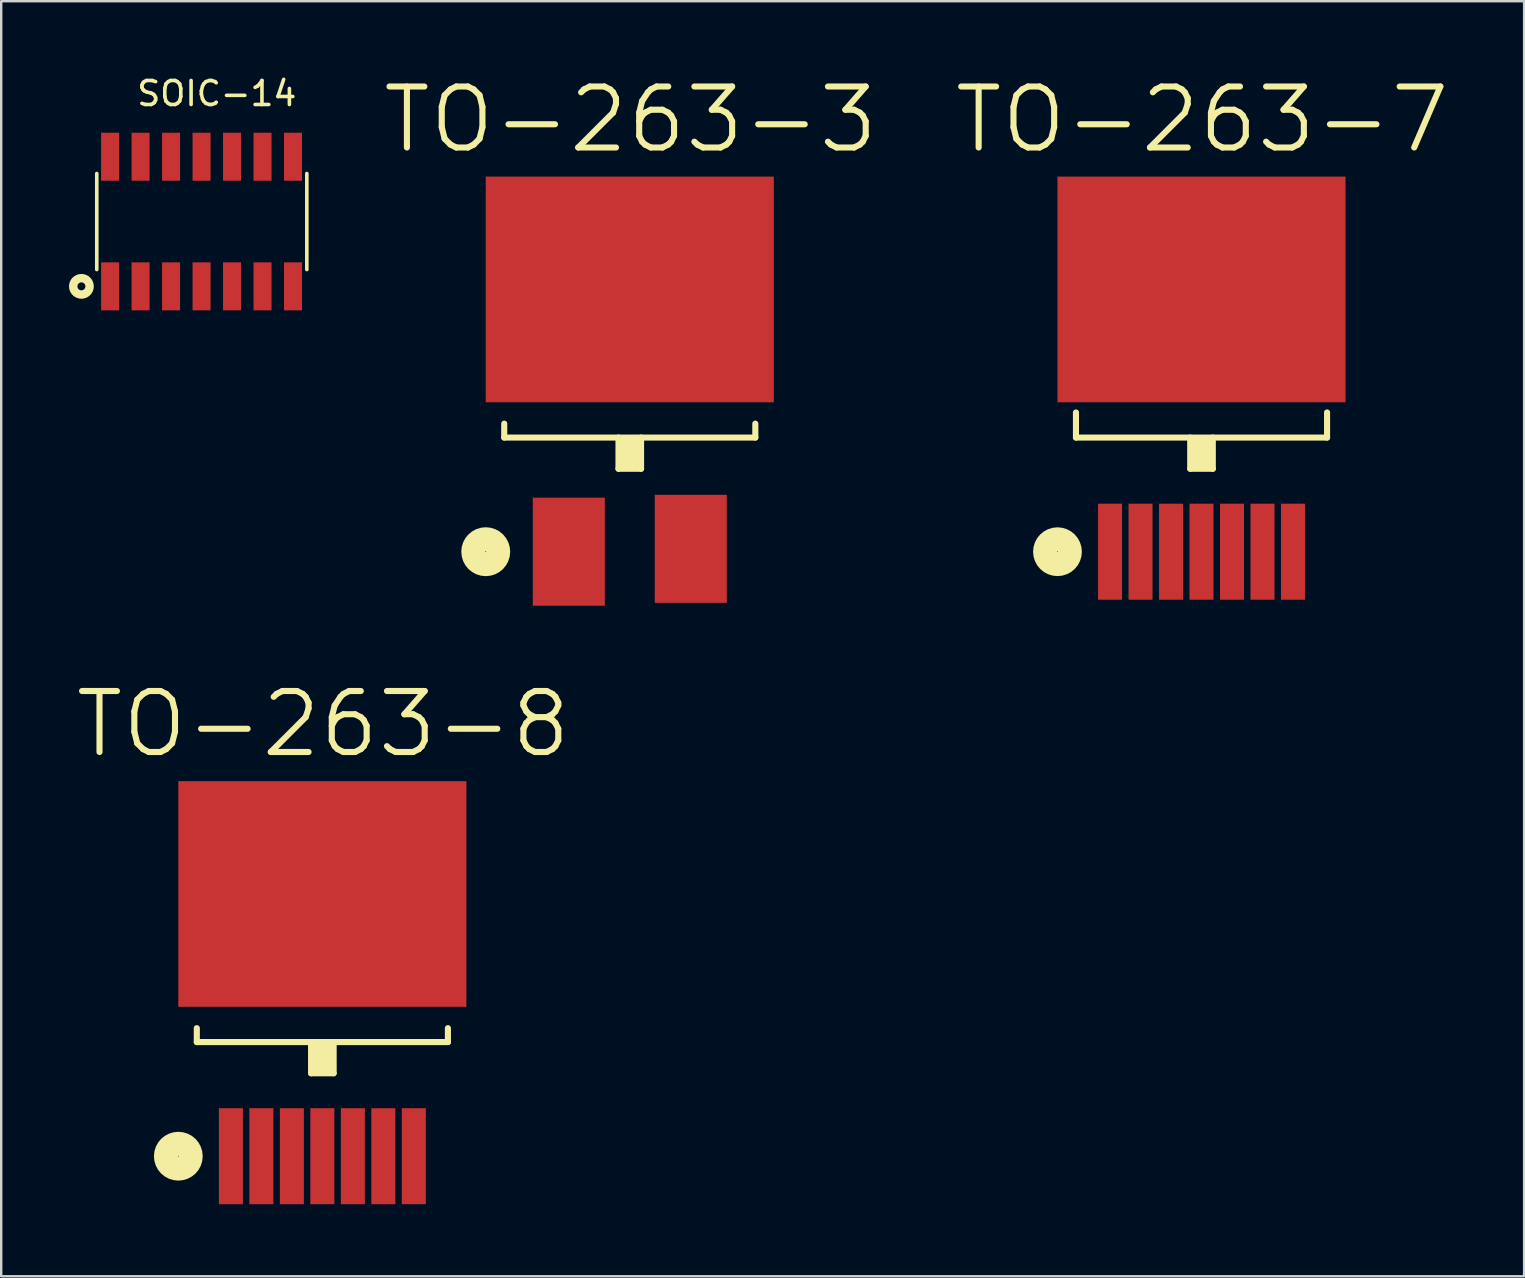
<source format=kicad_pcb>
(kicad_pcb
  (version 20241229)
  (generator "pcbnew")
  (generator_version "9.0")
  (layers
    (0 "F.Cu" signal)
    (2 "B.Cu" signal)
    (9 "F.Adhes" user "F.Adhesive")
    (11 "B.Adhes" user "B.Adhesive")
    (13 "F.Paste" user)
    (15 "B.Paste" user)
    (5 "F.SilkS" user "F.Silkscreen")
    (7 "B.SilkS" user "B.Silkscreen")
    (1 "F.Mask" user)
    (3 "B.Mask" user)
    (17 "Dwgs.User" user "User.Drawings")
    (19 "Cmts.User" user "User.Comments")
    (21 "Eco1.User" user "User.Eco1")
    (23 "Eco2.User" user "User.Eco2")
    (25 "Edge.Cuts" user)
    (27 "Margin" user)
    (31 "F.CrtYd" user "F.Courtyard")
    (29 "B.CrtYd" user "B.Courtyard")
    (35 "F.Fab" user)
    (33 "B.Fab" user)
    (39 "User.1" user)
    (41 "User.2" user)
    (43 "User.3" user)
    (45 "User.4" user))
  (footprint "SOIC-14"
    (layer "F.Cu")
    (at 5.981 6.178)
    (property "Reference" "SOIC-14" (at 0 -5.33 0) (layer "F.SilkS") (effects (font (size 1 1) (thickness 0.15))))
    (attr through_hole)
    (fp_line (start -5 2) (end -5 -2) (stroke (width 0.15) (type solid)) (layer "F.SilkS"))
    (fp_line (start 3.75 2) (end 3.75 -2) (stroke (width 0.15) (type solid)) (layer "F.SilkS"))
    (fp_circle (center -5.64 2.7) (end -5.5 2.79) (stroke (width 0.35) (type solid)) (fill no) (layer "F.SilkS"))
    (pad "1" smd rect (at -4.445 2.7) (size 0.75 2) (layers "F.Cu" "F.Mask" "F.Paste"))
    (pad "2" smd rect (at -3.175 2.7) (size 0.75 2) (layers "F.Cu" "F.Mask" "F.Paste"))
    (pad "3" smd rect (at -1.905 2.7) (size 0.75 2) (layers "F.Cu" "F.Mask" "F.Paste"))
    (pad "4" smd rect (at -0.635 2.7) (size 0.75 2) (layers "F.Cu" "F.Mask" "F.Paste"))
    (pad "5" smd rect (at 0.635 2.7) (size 0.75 2) (layers "F.Cu" "F.Mask" "F.Paste"))
    (pad "6" smd rect (at 1.905 2.7) (size 0.75 2) (layers "F.Cu" "F.Mask" "F.Paste"))
    (pad "7" smd rect (at 3.175 2.7) (size 0.75 2) (layers "F.Cu" "F.Mask" "F.Paste"))
    (pad "8" smd rect (at 3.175 -2.7) (size 0.75 2) (layers "F.Cu" "F.Mask" "F.Paste"))
    (pad "9" smd rect (at 1.905 -2.7) (size 0.75 2) (layers "F.Cu" "F.Mask" "F.Paste"))
    (pad "10" smd rect (at 0.635 -2.7) (size 0.75 2) (layers "F.Cu" "F.Mask" "F.Paste"))
    (pad "11" smd rect (at -0.635 -2.7) (size 0.75 2) (layers "F.Cu" "F.Mask" "F.Paste"))
    (pad "12" smd rect (at -1.905 -2.7) (size 0.75 2) (layers "F.Cu" "F.Mask" "F.Paste"))
    (pad "13" smd rect (at -3.175 -2.7) (size 0.75 2) (layers "F.Cu" "F.Mask" "F.Paste"))
    (pad "14" smd rect (at -4.445 -2.7) (size 0.75 2) (layers "F.Cu" "F.Mask" "F.Paste")))
  (footprint "TO-263-7"
    (layer "F.Cu")
    (at 47 19.932)
    (property "Reference" "TO-263-7" (at 0.03 -18 0) (layer "F.SilkS") (effects (font (size 2.54 2.54) (thickness 0.254))))
    (attr through_hole)
    (fp_line (start -5.23 -4.755) (end -5.23 -5.8) (stroke (width 0.254) (type solid)) (layer "F.SilkS"))
    (fp_line (start -5.23 -4.755) (end 5.23 -4.755) (stroke (width 0.254) (type solid)) (layer "F.SilkS"))
    (fp_line (start -0.47 -4.755) (end -0.47 -3.455) (stroke (width 0.254) (type solid)) (layer "F.SilkS"))
    (fp_line (start -0.47 -3.455) (end 0.47 -3.455) (stroke (width 0.254) (type solid)) (layer "F.SilkS"))
    (fp_line (start -0.37 -4.46) (end 0.3 -4.48) (stroke (width 0.254) (type solid)) (layer "F.SilkS"))
    (fp_line (start -0.37 -3.61) (end 0.37 -3.6) (stroke (width 0.254) (type solid)) (layer "F.SilkS"))
    (fp_line (start -0.35 -4.15) (end 0.37 -4.15) (stroke (width 0.254) (type solid)) (layer "F.SilkS"))
    (fp_line (start -0.34 -3.96) (end 0.36 -3.99) (stroke (width 0.254) (type solid)) (layer "F.SilkS"))
    (fp_line (start -0.33 -4.58) (end 0.33 -4.59) (stroke (width 0.254) (type solid)) (layer "F.SilkS"))
    (fp_line (start -0.33 -4.3) (end 0.36 -4.31) (stroke (width 0.254) (type solid)) (layer "F.SilkS"))
    (fp_line (start -0.33 -3.76) (end 0.36 -3.81) (stroke (width 0.254) (type solid)) (layer "F.SilkS"))
    (fp_line (start 0.3 -4.48) (end -0.33 -4.58) (stroke (width 0.254) (type solid)) (layer "F.SilkS"))
    (fp_line (start 0.36 -4.31) (end -0.37 -4.46) (stroke (width 0.254) (type solid)) (layer "F.SilkS"))
    (fp_line (start 0.36 -3.99) (end -0.35 -4.15) (stroke (width 0.254) (type solid)) (layer "F.SilkS"))
    (fp_line (start 0.36 -3.81) (end -0.34 -3.96) (stroke (width 0.254) (type solid)) (layer "F.SilkS"))
    (fp_line (start 0.37 -4.15) (end -0.33 -4.3) (stroke (width 0.254) (type solid)) (layer "F.SilkS"))
    (fp_line (start 0.37 -3.6) (end -0.33 -3.76) (stroke (width 0.254) (type solid)) (layer "F.SilkS"))
    (fp_line (start 0.47 -4.755) (end 0.47 -3.455) (stroke (width 0.254) (type solid)) (layer "F.SilkS"))
    (fp_line (start 5.23 -4.755) (end 5.23 -5.8) (stroke (width 0.254) (type solid)) (layer "F.SilkS"))
    (fp_circle (center -6 0) (end -5.63 -0.36) (stroke (width 1) (type solid)) (fill no) (layer "F.SilkS"))
    (pad "1" smd rect (at -3.81 0) (size 1 4) (layers "F.Cu" "F.Mask" "F.Paste"))
    (pad "2" smd rect (at -2.54 0) (size 1 4) (layers "F.Cu" "F.Mask" "F.Paste"))
    (pad "3" smd rect (at -1.27 0) (size 1 4) (layers "F.Cu" "F.Mask" "F.Paste"))
    (pad "4" smd rect (at 0 0) (size 1 4) (layers "F.Cu" "F.Mask" "F.Paste"))
    (pad "5" smd rect (at 1.27 0) (size 1 4) (layers "F.Cu" "F.Mask" "F.Paste"))
    (pad "6" smd rect (at 2.54 0) (size 1 4) (layers "F.Cu" "F.Mask" "F.Paste"))
    (pad "7" smd rect (at 3.81 0) (size 1 4) (layers "F.Cu" "F.Mask" "F.Paste"))
    (pad "8" smd rect (at 0 -10.925) (size 12 9.4) (layers "F.Cu" "F.Mask" "F.Paste")))
  (footprint "TO-263-8"
    (layer "F.Cu")
    (at 10.378 45.113)
    (property "Reference" "TO-263-8" (at 0.03 -18 0) (layer "F.SilkS") (effects (font (size 2.54 2.54) (thickness 0.254))))
    (attr through_hole)
    (fp_line (start -5.23 -4.755) (end -5.23 -5.334) (stroke (width 0.254) (type solid)) (layer "F.SilkS"))
    (fp_line (start -5.23 -4.755) (end 5.23 -4.755) (stroke (width 0.254) (type solid)) (layer "F.SilkS"))
    (fp_line (start -0.47 -4.755) (end -0.47 -3.455) (stroke (width 0.254) (type solid)) (layer "F.SilkS"))
    (fp_line (start -0.47 -3.455) (end 0.47 -3.455) (stroke (width 0.254) (type solid)) (layer "F.SilkS"))
    (fp_line (start -0.37 -4.46) (end 0.3 -4.48) (stroke (width 0.254) (type solid)) (layer "F.SilkS"))
    (fp_line (start -0.37 -3.61) (end 0.37 -3.6) (stroke (width 0.254) (type solid)) (layer "F.SilkS"))
    (fp_line (start -0.35 -4.15) (end 0.37 -4.15) (stroke (width 0.254) (type solid)) (layer "F.SilkS"))
    (fp_line (start -0.34 -3.96) (end 0.36 -3.99) (stroke (width 0.254) (type solid)) (layer "F.SilkS"))
    (fp_line (start -0.33 -4.58) (end 0.33 -4.59) (stroke (width 0.254) (type solid)) (layer "F.SilkS"))
    (fp_line (start -0.33 -4.3) (end 0.36 -4.31) (stroke (width 0.254) (type solid)) (layer "F.SilkS"))
    (fp_line (start -0.33 -3.76) (end 0.36 -3.81) (stroke (width 0.254) (type solid)) (layer "F.SilkS"))
    (fp_line (start 0.3 -4.48) (end -0.33 -4.58) (stroke (width 0.254) (type solid)) (layer "F.SilkS"))
    (fp_line (start 0.36 -4.31) (end -0.37 -4.46) (stroke (width 0.254) (type solid)) (layer "F.SilkS"))
    (fp_line (start 0.36 -3.99) (end -0.35 -4.15) (stroke (width 0.254) (type solid)) (layer "F.SilkS"))
    (fp_line (start 0.36 -3.81) (end -0.34 -3.96) (stroke (width 0.254) (type solid)) (layer "F.SilkS"))
    (fp_line (start 0.37 -4.15) (end -0.33 -4.3) (stroke (width 0.254) (type solid)) (layer "F.SilkS"))
    (fp_line (start 0.37 -3.6) (end -0.33 -3.76) (stroke (width 0.254) (type solid)) (layer "F.SilkS"))
    (fp_line (start 0.47 -4.755) (end 0.47 -3.455) (stroke (width 0.254) (type solid)) (layer "F.SilkS"))
    (fp_line (start 5.23 -4.755) (end 5.23 -5.334) (stroke (width 0.254) (type solid)) (layer "F.SilkS"))
    (fp_circle (center -6 0) (end -5.63 -0.36) (stroke (width 1) (type solid)) (fill no) (layer "F.SilkS"))
    (pad "1" smd rect (at -3.81 0) (size 1 4) (layers "F.Cu" "F.Mask" "F.Paste"))
    (pad "2" smd rect (at -2.54 0) (size 1 4) (layers "F.Cu" "F.Mask" "F.Paste"))
    (pad "3" smd rect (at -1.27 0) (size 1 4) (layers "F.Cu" "F.Mask" "F.Paste"))
    (pad "4" smd rect (at 0 0) (size 1 4) (layers "F.Cu" "F.Mask" "F.Paste"))
    (pad "5" smd rect (at 1.27 0) (size 1 4) (layers "F.Cu" "F.Mask" "F.Paste"))
    (pad "6" smd rect (at 2.54 0) (size 1 4) (layers "F.Cu" "F.Mask" "F.Paste"))
    (pad "7" smd rect (at 3.81 0) (size 1 4) (layers "F.Cu" "F.Mask" "F.Paste"))
    (pad "8" smd rect (at 0 -10.925) (size 12 9.4) (layers "F.Cu" "F.Mask" "F.Paste")))
  (footprint "TO-263-3"
    (layer "F.Cu")
    (at 23.184 19.932)
    (property "Reference" "TO-263-3" (at 0.03 -18 0) (layer "F.SilkS") (effects (font (size 2.54 2.54) (thickness 0.254))))
    (attr through_hole)
    (fp_line (start -5.23 -4.755) (end -5.23 -5.334) (stroke (width 0.254) (type solid)) (layer "F.SilkS"))
    (fp_line (start -5.23 -4.755) (end 5.23 -4.755) (stroke (width 0.254) (type solid)) (layer "F.SilkS"))
    (fp_line (start -0.47 -4.755) (end -0.47 -3.455) (stroke (width 0.254) (type solid)) (layer "F.SilkS"))
    (fp_line (start -0.47 -3.455) (end 0.47 -3.455) (stroke (width 0.254) (type solid)) (layer "F.SilkS"))
    (fp_line (start -0.37 -4.46) (end 0.3 -4.48) (stroke (width 0.254) (type solid)) (layer "F.SilkS"))
    (fp_line (start -0.37 -3.61) (end 0.37 -3.6) (stroke (width 0.254) (type solid)) (layer "F.SilkS"))
    (fp_line (start -0.35 -4.15) (end 0.37 -4.15) (stroke (width 0.254) (type solid)) (layer "F.SilkS"))
    (fp_line (start -0.34 -3.96) (end 0.36 -3.99) (stroke (width 0.254) (type solid)) (layer "F.SilkS"))
    (fp_line (start -0.33 -4.58) (end 0.33 -4.59) (stroke (width 0.254) (type solid)) (layer "F.SilkS"))
    (fp_line (start -0.33 -4.3) (end 0.36 -4.31) (stroke (width 0.254) (type solid)) (layer "F.SilkS"))
    (fp_line (start -0.33 -3.76) (end 0.36 -3.81) (stroke (width 0.254) (type solid)) (layer "F.SilkS"))
    (fp_line (start 0.3 -4.48) (end -0.33 -4.58) (stroke (width 0.254) (type solid)) (layer "F.SilkS"))
    (fp_line (start 0.36 -4.31) (end -0.37 -4.46) (stroke (width 0.254) (type solid)) (layer "F.SilkS"))
    (fp_line (start 0.36 -3.99) (end -0.35 -4.15) (stroke (width 0.254) (type solid)) (layer "F.SilkS"))
    (fp_line (start 0.36 -3.81) (end -0.34 -3.96) (stroke (width 0.254) (type solid)) (layer "F.SilkS"))
    (fp_line (start 0.37 -4.15) (end -0.33 -4.3) (stroke (width 0.254) (type solid)) (layer "F.SilkS"))
    (fp_line (start 0.37 -3.6) (end -0.33 -3.76) (stroke (width 0.254) (type solid)) (layer "F.SilkS"))
    (fp_line (start 0.47 -4.755) (end 0.47 -3.455) (stroke (width 0.254) (type solid)) (layer "F.SilkS"))
    (fp_line (start 5.23 -4.755) (end 5.23 -5.334) (stroke (width 0.254) (type solid)) (layer "F.SilkS"))
    (fp_circle (center -6 0) (end -5.67 -0.4) (stroke (width 1) (type solid)) (fill no) (layer "F.SilkS"))
    (pad "1" smd rect (at -2.54 0) (size 3 4.5) (layers "F.Cu" "F.Mask" "F.Paste"))
    (pad "3" smd rect (at 2.54 -0.12) (size 3 4.5) (layers "F.Cu" "F.Mask" "F.Paste"))
    (pad "4" smd rect (at 0 -10.925) (size 12 9.4) (layers "F.Cu" "F.Mask" "F.Paste")))
  (gr_rect
    (start -3 -3)
    (end 60.438 50.113)
    (stroke (width 0.1) (type default))
    (fill no)
    (layer "Edge.Cuts")))
</source>
